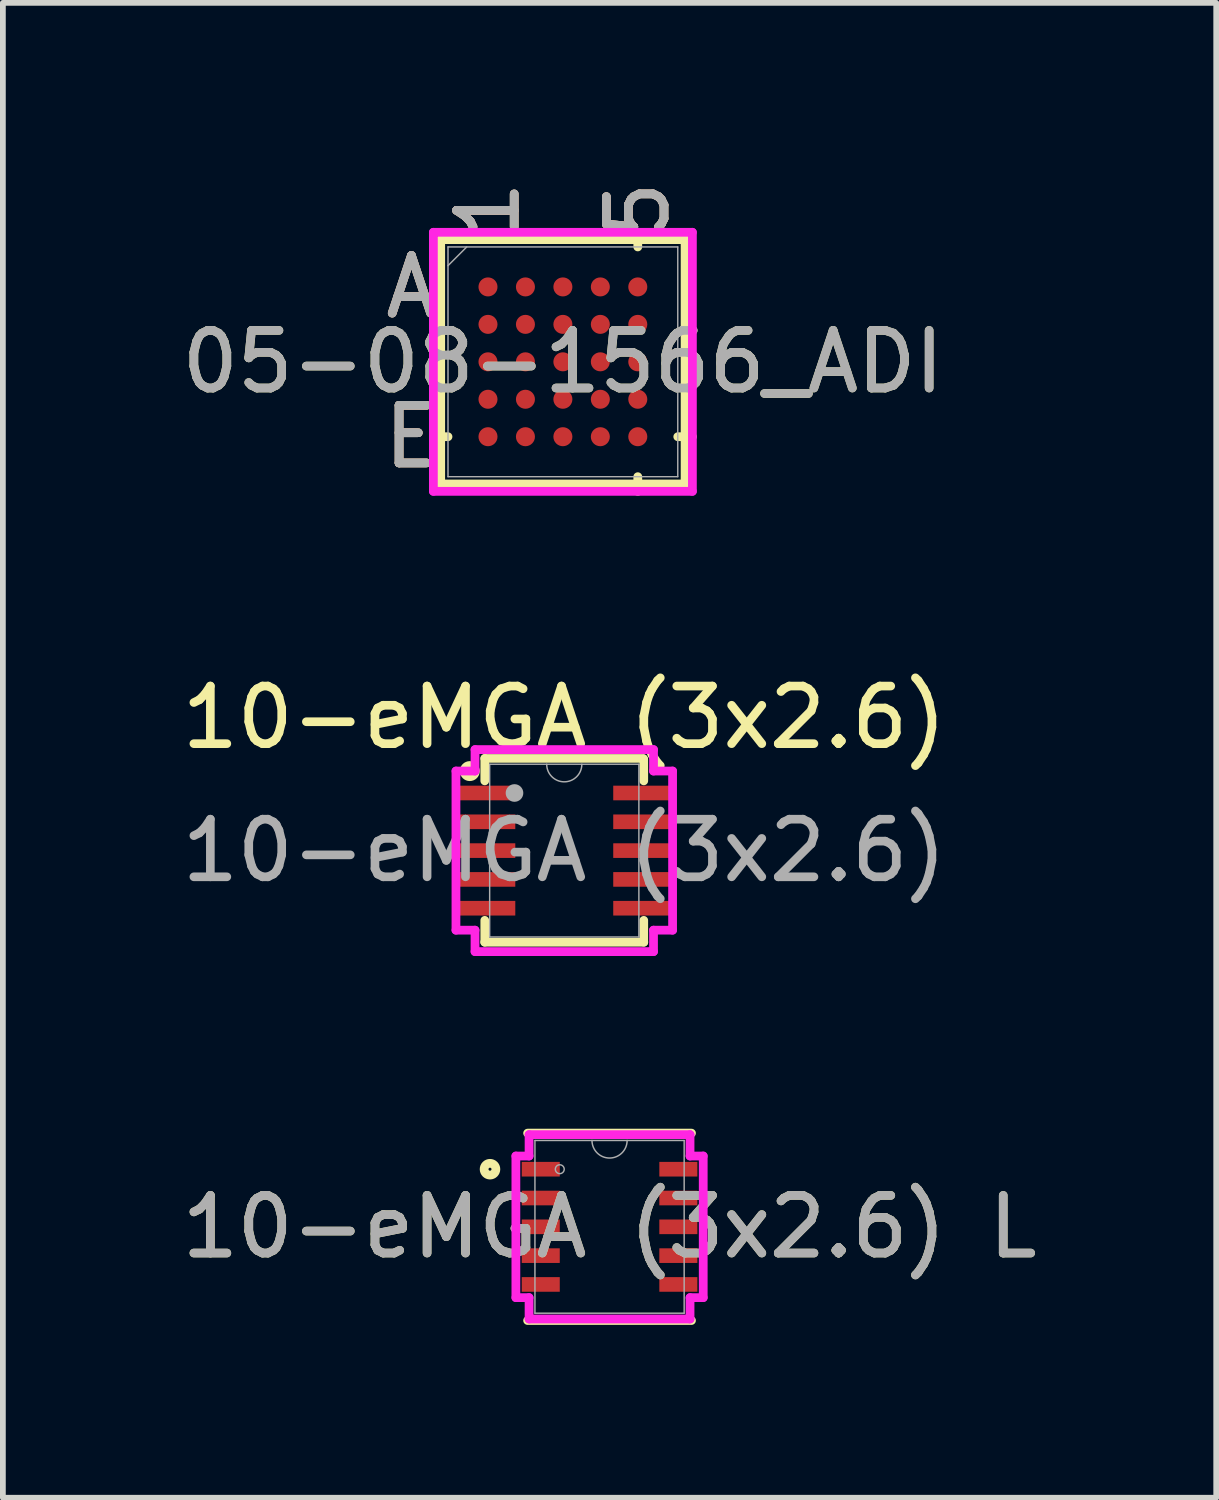
<source format=kicad_pcb>
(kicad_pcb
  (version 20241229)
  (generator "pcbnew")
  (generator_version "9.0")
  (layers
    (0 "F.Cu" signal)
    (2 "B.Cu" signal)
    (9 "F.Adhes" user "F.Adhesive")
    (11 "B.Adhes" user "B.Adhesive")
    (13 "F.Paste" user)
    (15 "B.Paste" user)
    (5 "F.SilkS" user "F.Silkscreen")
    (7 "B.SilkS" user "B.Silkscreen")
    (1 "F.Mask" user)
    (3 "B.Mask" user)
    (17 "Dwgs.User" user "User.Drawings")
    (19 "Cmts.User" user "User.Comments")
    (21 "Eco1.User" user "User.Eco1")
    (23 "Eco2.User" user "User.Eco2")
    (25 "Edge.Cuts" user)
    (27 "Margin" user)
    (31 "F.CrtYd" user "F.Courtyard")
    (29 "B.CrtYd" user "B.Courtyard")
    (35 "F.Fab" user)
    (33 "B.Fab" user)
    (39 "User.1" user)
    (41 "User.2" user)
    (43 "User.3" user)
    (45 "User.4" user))
  (footprint "10-eMGA (3x2.6) L"
    (layer "F.Cu")
    (at 7.53 18.244)
    (property "Reference" "10-eMGA (3x2.6) L" (at 0 0 0) (unlocked yes) (layer "F.SilkS") (effects (font (size 1 1) (thickness 0.15))))
    (attr smd)
    (fp_line (start -1.422 1.626) (end 1.422 1.626) (stroke (width 0.152) (type solid)) (layer "F.SilkS"))
    (fp_line (start 1.422 -1.626) (end -1.422 -1.626) (stroke (width 0.152) (type solid)) (layer "F.SilkS"))
    (fp_circle (center -2.075 -1) (end -1.973 -1) (stroke (width 0.152) (type solid)) (fill no) (layer "F.SilkS"))
    (fp_line (start -1.626 -1.229) (end -1.397 -1.229) (stroke (width 0.152) (type solid)) (layer "F.CrtYd"))
    (fp_line (start -1.626 1.229) (end -1.626 -1.229) (stroke (width 0.152) (type solid)) (layer "F.CrtYd"))
    (fp_line (start -1.626 1.229) (end -1.397 1.229) (stroke (width 0.152) (type solid)) (layer "F.CrtYd"))
    (fp_line (start -1.397 -1.6) (end 1.397 -1.6) (stroke (width 0.152) (type solid)) (layer "F.CrtYd"))
    (fp_line (start -1.397 -1.229) (end -1.397 -1.6) (stroke (width 0.152) (type solid)) (layer "F.CrtYd"))
    (fp_line (start -1.397 1.6) (end -1.397 1.229) (stroke (width 0.152) (type solid)) (layer "F.CrtYd"))
    (fp_line (start 1.397 -1.6) (end 1.397 -1.229) (stroke (width 0.152) (type solid)) (layer "F.CrtYd"))
    (fp_line (start 1.397 1.229) (end 1.397 1.6) (stroke (width 0.152) (type solid)) (layer "F.CrtYd"))
    (fp_line (start 1.397 1.6) (end -1.397 1.6) (stroke (width 0.152) (type solid)) (layer "F.CrtYd"))
    (fp_line (start 1.626 -1.229) (end 1.397 -1.229) (stroke (width 0.152) (type solid)) (layer "F.CrtYd"))
    (fp_line (start 1.626 -1.229) (end 1.626 1.229) (stroke (width 0.152) (type solid)) (layer "F.CrtYd"))
    (fp_line (start 1.626 1.229) (end 1.397 1.229) (stroke (width 0.152) (type solid)) (layer "F.CrtYd"))
    (fp_line (start -1.295 -1.499) (end -1.295 1.499) (stroke (width 0.025) (type solid)) (layer "F.Fab"))
    (fp_line (start -1.295 1.499) (end 1.295 1.499) (stroke (width 0.025) (type solid)) (layer "F.Fab"))
    (fp_line (start 1.295 -1.499) (end -1.295 -1.499) (stroke (width 0.025) (type solid)) (layer "F.Fab"))
    (fp_line (start 1.295 1.499) (end 1.295 -1.499) (stroke (width 0.025) (type solid)) (layer "F.Fab"))
    (fp_arc (start 0.3048 -1.4986) (mid 0 -1.1938) (end -0.3048 -1.4986) (stroke (width 0.0254) (type solid)) (layer "F.Fab"))
    (fp_circle (center -0.864 -1) (end -0.787 -1) (stroke (width 0.025) (type solid)) (fill no) (layer "F.Fab"))
    (fp_text user "${REFERENCE}" (at 0 0 0) (unlocked yes) (layer "F.Fab") (effects (font (size 1 1) (thickness 0.15))))
    (pad "1" smd rect (at -1.194 -1) (size 0.66 0.254) (layers "F.Cu" "F.Mask" "F.Paste"))
    (pad "2" smd rect (at -1.194 -0.5) (size 0.66 0.254) (layers "F.Cu" "F.Mask" "F.Paste"))
    (pad "3" smd rect (at -1.194 0) (size 0.66 0.254) (layers "F.Cu" "F.Mask" "F.Paste"))
    (pad "4" smd rect (at -1.194 0.5) (size 0.66 0.254) (layers "F.Cu" "F.Mask" "F.Paste"))
    (pad "5" smd rect (at -1.194 1) (size 0.66 0.254) (layers "F.Cu" "F.Mask" "F.Paste"))
    (pad "6" smd rect (at 1.194 1) (size 0.66 0.254) (layers "F.Cu" "F.Mask" "F.Paste"))
    (pad "7" smd rect (at 1.194 0.5) (size 0.66 0.254) (layers "F.Cu" "F.Mask" "F.Paste"))
    (pad "8" smd rect (at 1.194 0) (size 0.66 0.254) (layers "F.Cu" "F.Mask" "F.Paste"))
    (pad "9" smd rect (at 1.194 -0.5) (size 0.66 0.254) (layers "F.Cu" "F.Mask" "F.Paste"))
    (pad "10" smd rect (at 1.194 -1) (size 0.66 0.254) (layers "F.Cu" "F.Mask" "F.Paste")))
  (footprint "05-08-1566_ADI"
    (layer "F.Cu")
    (at 6.72 3.23)
    (property "Reference" "05-08-1566_ADI" (at 0 0 0) (unlocked yes) (layer "F.SilkS") (effects (font (size 1 1) (thickness 0.15))))
    (attr smd)
    (fp_line (start -2.121 -2.121) (end -2.121 2.121) (stroke (width 0.152) (type solid)) (layer "F.SilkS"))
    (fp_line (start -2.121 2.121) (end 2.121 2.121) (stroke (width 0.152) (type solid)) (layer "F.SilkS"))
    (fp_line (start -1.994 1.3) (end -2.248 1.3) (stroke (width 0.152) (type solid)) (layer "F.SilkS"))
    (fp_line (start 1.3 -1.994) (end 1.3 -2.248) (stroke (width 0.152) (type solid)) (layer "F.SilkS"))
    (fp_line (start 1.3 1.994) (end 1.3 2.248) (stroke (width 0.152) (type solid)) (layer "F.SilkS"))
    (fp_line (start 1.994 1.3) (end 2.248 1.3) (stroke (width 0.152) (type solid)) (layer "F.SilkS"))
    (fp_line (start 2.121 -2.121) (end -2.121 -2.121) (stroke (width 0.152) (type solid)) (layer "F.SilkS"))
    (fp_line (start 2.121 2.121) (end 2.121 -2.121) (stroke (width 0.152) (type solid)) (layer "F.SilkS"))
    (fp_line (start -2.248 -2.248) (end 2.248 -2.248) (stroke (width 0.152) (type solid)) (layer "F.CrtYd"))
    (fp_line (start -2.248 2.248) (end -2.248 -2.248) (stroke (width 0.152) (type solid)) (layer "F.CrtYd"))
    (fp_line (start 2.248 -2.248) (end 2.248 2.248) (stroke (width 0.152) (type solid)) (layer "F.CrtYd"))
    (fp_line (start 2.248 2.248) (end -2.248 2.248) (stroke (width 0.152) (type solid)) (layer "F.CrtYd"))
    (fp_line (start -1.994 -1.994) (end -1.994 1.994) (stroke (width 0.025) (type solid)) (layer "F.Fab"))
    (fp_line (start -1.994 1.994) (end 1.994 1.994) (stroke (width 0.025) (type solid)) (layer "F.Fab"))
    (fp_line (start -1.669 -1.994) (end -1.994 -1.669) (stroke (width 0.025) (type solid)) (layer "F.Fab"))
    (fp_line (start 1.994 -1.994) (end -1.994 -1.994) (stroke (width 0.025) (type solid)) (layer "F.Fab"))
    (fp_line (start 1.994 1.994) (end 1.994 -1.994) (stroke (width 0.025) (type solid)) (layer "F.Fab"))
    (fp_text user "5" (at 1.3 -2.629 90) (unlocked yes) (layer "F.SilkS") (effects (font (size 1 1) (thickness 0.15))))
    (fp_text user "E" (at -2.629 1.3 0) (unlocked yes) (layer "F.SilkS") (effects (font (size 1 1) (thickness 0.15))))
    (fp_text user "A" (at -2.629 -1.3 0) (unlocked yes) (layer "F.SilkS") (effects (font (size 1 1) (thickness 0.15))))
    (fp_text user "1" (at -1.3 -2.629 90) (unlocked yes) (layer "F.SilkS") (effects (font (size 1 1) (thickness 0.15))))
    (fp_text user "5" (at 1.3 -2.629 90) (unlocked yes) (layer "B.SilkS") (effects (font (size 1 1) (thickness 0.15))))
    (fp_text user "A" (at -2.629 -1.3 0) (unlocked yes) (layer "B.SilkS") (effects (font (size 1 1) (thickness 0.15))))
    (fp_text user "1" (at -1.3 -2.629 90) (unlocked yes) (layer "B.SilkS") (effects (font (size 1 1) (thickness 0.15))))
    (fp_text user "E" (at -2.629 1.3 0) (unlocked yes) (layer "B.SilkS") (effects (font (size 1 1) (thickness 0.15))))
    (fp_text user "1" (at -1.3 -2.629 90) (unlocked yes) (layer "F.Fab") (effects (font (size 1 1) (thickness 0.15))))
    (fp_text user "${REFERENCE}" (at 0 0 0) (unlocked yes) (layer "F.Fab") (effects (font (size 1 1) (thickness 0.15))))
    (fp_text user "5" (at 1.3 -2.629 90) (unlocked yes) (layer "F.Fab") (effects (font (size 1 1) (thickness 0.15))))
    (fp_text user "A" (at -2.629 -1.3 0) (unlocked yes) (layer "F.Fab") (effects (font (size 1 1) (thickness 0.15))))
    (fp_text user "E" (at -2.629 1.3 0) (unlocked yes) (layer "F.Fab") (effects (font (size 1 1) (thickness 0.15))))
    (pad "A1" smd circle (at -1.3 -1.3) (size 0.33 0.33) (layers "F.Cu" "F.Mask" "F.Paste"))
    (pad "A2" smd circle (at -0.65 -1.3) (size 0.33 0.33) (layers "F.Cu" "F.Mask" "F.Paste"))
    (pad "A3" smd circle (at 0 -1.3) (size 0.33 0.33) (layers "F.Cu" "F.Mask" "F.Paste"))
    (pad "A4" smd circle (at 0.65 -1.3) (size 0.33 0.33) (layers "F.Cu" "F.Mask" "F.Paste"))
    (pad "A5" smd circle (at 1.3 -1.3) (size 0.33 0.33) (layers "F.Cu" "F.Mask" "F.Paste"))
    (pad "B1" smd circle (at -1.3 -0.65) (size 0.33 0.33) (layers "F.Cu" "F.Mask" "F.Paste"))
    (pad "B2" smd circle (at -0.65 -0.65) (size 0.33 0.33) (layers "F.Cu" "F.Mask" "F.Paste"))
    (pad "B3" smd circle (at 0 -0.65) (size 0.33 0.33) (layers "F.Cu" "F.Mask" "F.Paste"))
    (pad "B4" smd circle (at 0.65 -0.65) (size 0.33 0.33) (layers "F.Cu" "F.Mask" "F.Paste"))
    (pad "B5" smd circle (at 1.3 -0.65) (size 0.33 0.33) (layers "F.Cu" "F.Mask" "F.Paste"))
    (pad "C1" smd circle (at -1.3 0) (size 0.33 0.33) (layers "F.Cu" "F.Mask" "F.Paste"))
    (pad "C2" smd circle (at -0.65 0) (size 0.33 0.33) (layers "F.Cu" "F.Mask" "F.Paste"))
    (pad "C3" smd circle (at 0 0) (size 0.33 0.33) (layers "F.Cu" "F.Mask" "F.Paste"))
    (pad "C4" smd circle (at 0.65 0) (size 0.33 0.33) (layers "F.Cu" "F.Mask" "F.Paste"))
    (pad "C5" smd circle (at 1.3 0) (size 0.33 0.33) (layers "F.Cu" "F.Mask" "F.Paste"))
    (pad "D1" smd circle (at -1.3 0.65) (size 0.33 0.33) (layers "F.Cu" "F.Mask" "F.Paste"))
    (pad "D2" smd circle (at -0.65 0.65) (size 0.33 0.33) (layers "F.Cu" "F.Mask" "F.Paste"))
    (pad "D3" smd circle (at 0 0.65) (size 0.33 0.33) (layers "F.Cu" "F.Mask" "F.Paste"))
    (pad "D4" smd circle (at 0.65 0.65) (size 0.33 0.33) (layers "F.Cu" "F.Mask" "F.Paste"))
    (pad "D5" smd circle (at 1.3 0.65) (size 0.33 0.33) (layers "F.Cu" "F.Mask" "F.Paste"))
    (pad "E1" smd circle (at -1.3 1.3) (size 0.33 0.33) (layers "F.Cu" "F.Mask" "F.Paste"))
    (pad "E2" smd circle (at -0.65 1.3) (size 0.33 0.33) (layers "F.Cu" "F.Mask" "F.Paste"))
    (pad "E3" smd circle (at 0 1.3) (size 0.33 0.33) (layers "F.Cu" "F.Mask" "F.Paste"))
    (pad "E4" smd circle (at 0.65 1.3) (size 0.33 0.33) (layers "F.Cu" "F.Mask" "F.Paste"))
    (pad "E5" smd circle (at 1.3 1.3) (size 0.33 0.33) (layers "F.Cu" "F.Mask" "F.Paste")))
  (footprint "10-eMGA (3x2.6)"
    (layer "F.Cu")
    (at 6.744 11.714)
    (property "Reference" "10-eMGA (3x2.6)" (at 0 -2.311 0) (unlocked yes) (layer "F.SilkS") (effects (font (size 1 1) (thickness 0.15))))
    (attr smd)
    (fp_line (start -1.38 -1.6) (end -1.38 -1.21) (stroke (width 0.15) (type solid)) (layer "F.SilkS"))
    (fp_line (start -1.38 1.21) (end -1.38 1.59) (stroke (width 0.15) (type solid)) (layer "F.SilkS"))
    (fp_line (start -1.38 1.59) (end 1.38 1.59) (stroke (width 0.152) (type solid)) (layer "F.SilkS"))
    (fp_line (start 1.37 -1.6) (end -1.38 -1.6) (stroke (width 0.15) (type solid)) (layer "F.SilkS"))
    (fp_line (start 1.38 -1.59) (end 1.38 -1.21) (stroke (width 0.15) (type solid)) (layer "F.SilkS"))
    (fp_line (start 1.38 1.21) (end 1.38 1.59) (stroke (width 0.15) (type solid)) (layer "F.SilkS"))
    (fp_circle (center -1.64 -1.38) (end -1.527 -1.38) (stroke (width 0.12) (type solid)) (fill yes) (layer "F.SilkS"))
    (fp_line (start -1.88 -1.381) (end -1.549 -1.381) (stroke (width 0.152) (type solid)) (layer "F.CrtYd"))
    (fp_line (start -1.88 1.381) (end -1.88 -1.381) (stroke (width 0.152) (type solid)) (layer "F.CrtYd"))
    (fp_line (start -1.88 1.381) (end -1.549 1.381) (stroke (width 0.152) (type solid)) (layer "F.CrtYd"))
    (fp_line (start -1.549 -1.753) (end 1.549 -1.753) (stroke (width 0.152) (type solid)) (layer "F.CrtYd"))
    (fp_line (start -1.549 -1.381) (end -1.549 -1.753) (stroke (width 0.152) (type solid)) (layer "F.CrtYd"))
    (fp_line (start -1.549 1.753) (end -1.549 1.381) (stroke (width 0.152) (type solid)) (layer "F.CrtYd"))
    (fp_line (start 1.549 -1.753) (end 1.549 -1.381) (stroke (width 0.152) (type solid)) (layer "F.CrtYd"))
    (fp_line (start 1.549 1.381) (end 1.549 1.753) (stroke (width 0.152) (type solid)) (layer "F.CrtYd"))
    (fp_line (start 1.549 1.753) (end -1.549 1.753) (stroke (width 0.152) (type solid)) (layer "F.CrtYd"))
    (fp_line (start 1.88 -1.381) (end 1.549 -1.381) (stroke (width 0.152) (type solid)) (layer "F.CrtYd"))
    (fp_line (start 1.88 -1.381) (end 1.88 1.381) (stroke (width 0.152) (type solid)) (layer "F.CrtYd"))
    (fp_line (start 1.88 1.381) (end 1.549 1.381) (stroke (width 0.152) (type solid)) (layer "F.CrtYd"))
    (fp_line (start -1.295 -1.499) (end -1.295 1.499) (stroke (width 0.025) (type solid)) (layer "F.Fab"))
    (fp_line (start -1.295 1.499) (end 1.295 1.499) (stroke (width 0.025) (type solid)) (layer "F.Fab"))
    (fp_line (start 1.295 -1.499) (end -1.295 -1.499) (stroke (width 0.025) (type solid)) (layer "F.Fab"))
    (fp_line (start 1.295 1.499) (end 1.295 -1.499) (stroke (width 0.025) (type solid)) (layer "F.Fab"))
    (fp_arc (start 0.3048 -1.4986) (mid 0 -1.1938) (end -0.3048 -1.4986) (stroke (width 0.0254) (type solid)) (layer "F.Fab"))
    (fp_circle (center -0.864 -1) (end -0.787 -1) (stroke (width 0.152) (type solid)) (fill no) (layer "F.Fab"))
    (fp_text user "${REFERENCE}" (at 0 0 0) (unlocked yes) (layer "F.Fab") (effects (font (size 1 1) (thickness 0.15))))
    (pad "1" smd rect (at -1.35 -1) (size 1 0.254) (layers "F.Cu" "F.Mask" "F.Paste"))
    (pad "2" smd rect (at -1.35 -0.5) (size 1 0.254) (layers "F.Cu" "F.Mask" "F.Paste"))
    (pad "3" smd rect (at -1.35 0) (size 1 0.254) (layers "F.Cu" "F.Mask" "F.Paste"))
    (pad "4" smd rect (at -1.35 0.5) (size 1 0.254) (layers "F.Cu" "F.Mask" "F.Paste"))
    (pad "5" smd rect (at -1.35 1) (size 1 0.254) (layers "F.Cu" "F.Mask" "F.Paste"))
    (pad "6" smd rect (at 1.35 1) (size 1 0.254) (layers "F.Cu" "F.Mask" "F.Paste"))
    (pad "7" smd rect (at 1.35 0.5) (size 1 0.254) (layers "F.Cu" "F.Mask" "F.Paste"))
    (pad "8" smd rect (at 1.35 0) (size 1 0.254) (layers "F.Cu" "F.Mask" "F.Paste"))
    (pad "9" smd rect (at 1.35 -0.5) (size 1 0.254) (layers "F.Cu" "F.Mask" "F.Paste"))
    (pad "10" smd rect (at 1.35 -1) (size 1 0.254) (layers "F.Cu" "F.Mask" "F.Paste")))
  (gr_rect
    (start -3 -3)
    (end 18.06 22.946)
    (stroke (width 0.1) (type default))
    (fill no)
    (layer "Edge.Cuts")))
</source>
